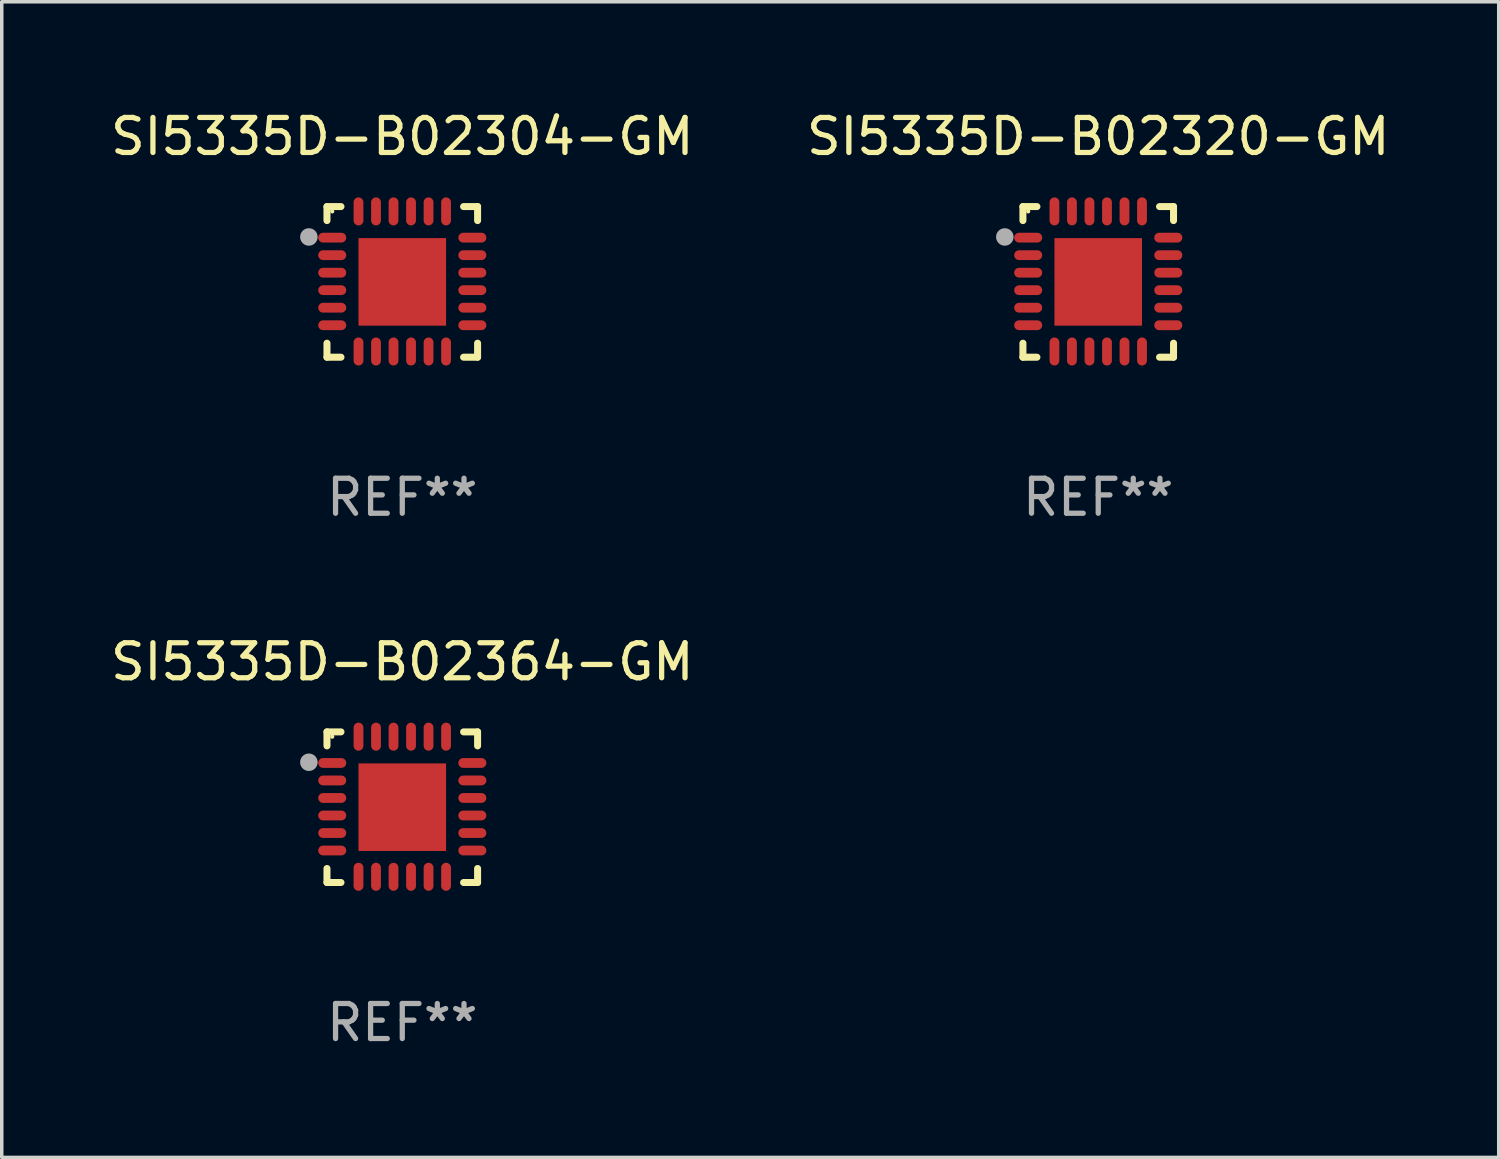
<source format=kicad_pcb>
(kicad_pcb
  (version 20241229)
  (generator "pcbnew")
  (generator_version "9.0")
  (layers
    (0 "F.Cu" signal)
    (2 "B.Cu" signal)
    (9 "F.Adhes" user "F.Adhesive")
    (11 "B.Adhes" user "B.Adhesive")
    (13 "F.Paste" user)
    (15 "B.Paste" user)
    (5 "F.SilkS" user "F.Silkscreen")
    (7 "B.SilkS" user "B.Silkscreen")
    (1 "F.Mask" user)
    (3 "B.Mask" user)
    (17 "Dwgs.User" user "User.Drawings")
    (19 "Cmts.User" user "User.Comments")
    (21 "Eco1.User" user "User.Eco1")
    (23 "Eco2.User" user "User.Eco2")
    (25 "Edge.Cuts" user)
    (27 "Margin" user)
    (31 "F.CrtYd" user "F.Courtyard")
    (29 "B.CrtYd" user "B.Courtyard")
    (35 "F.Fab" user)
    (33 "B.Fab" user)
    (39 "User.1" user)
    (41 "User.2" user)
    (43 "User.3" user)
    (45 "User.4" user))
  (footprint "SI5335D-B02320-GM"
    (layer "F.Cu")
    (at 28.304 4.998)
    (property "Reference" "SI5335D-B02320-GM" (at 0 -4.15 0) (layer "F.SilkS") (effects (font (size 1 1) (thickness 0.15))))
    (attr through_hole)
    (fp_line (start -2.15 -2.15) (end -1.75 -2.15) (stroke (width 0.2) (type solid)) (layer "F.SilkS"))
    (fp_line (start -2.15 -1.75) (end -2.15 -2.15) (stroke (width 0.2) (type solid)) (layer "F.SilkS"))
    (fp_line (start -2.15 2.15) (end -2.15 1.75) (stroke (width 0.2) (type solid)) (layer "F.SilkS"))
    (fp_line (start -1.75 2.15) (end -2.15 2.15) (stroke (width 0.2) (type solid)) (layer "F.SilkS"))
    (fp_line (start 1.75 -2.15) (end 2.15 -2.15) (stroke (width 0.2) (type solid)) (layer "F.SilkS"))
    (fp_line (start 1.75 2.15) (end 2.15 2.15) (stroke (width 0.2) (type solid)) (layer "F.SilkS"))
    (fp_line (start 2.15 -2.15) (end 2.15 -1.75) (stroke (width 0.2) (type solid)) (layer "F.SilkS"))
    (fp_line (start 2.15 2.15) (end 2.15 1.75) (stroke (width 0.2) (type solid)) (layer "F.SilkS"))
    (fp_circle (center -2 -2.013) (end -1.97 -2.013) (stroke (width 0.06) (type solid)) (fill no) (layer "F.SilkS"))
    (fp_circle (center -2.667 -1.283) (end -2.542 -1.283) (stroke (width 0.25) (type solid)) (fill no) (layer "F.Fab"))
    (fp_text user "REF**" (at 0 6.15 0) (layer "F.Fab") (effects (font (size 1 1) (thickness 0.15))))
    (pad "1" smd oval (at -2 -1.263) (size 0.8 0.28) (layers "F.Cu" "F.Mask" "F.Paste"))
    (pad "2" smd oval (at -2 -0.763) (size 0.8 0.28) (layers "F.Cu" "F.Mask" "F.Paste"))
    (pad "3" smd oval (at -2 -0.263) (size 0.8 0.28) (layers "F.Cu" "F.Mask" "F.Paste"))
    (pad "4" smd oval (at -2 0.237) (size 0.8 0.28) (layers "F.Cu" "F.Mask" "F.Paste"))
    (pad "5" smd oval (at -2 0.737) (size 0.8 0.28) (layers "F.Cu" "F.Mask" "F.Paste"))
    (pad "6" smd oval (at -2 1.237) (size 0.8 0.28) (layers "F.Cu" "F.Mask" "F.Paste"))
    (pad "7" smd oval (at -1.25 1.987) (size 0.28 0.8) (layers "F.Cu" "F.Mask" "F.Paste"))
    (pad "8" smd oval (at -0.75 1.987) (size 0.28 0.8) (layers "F.Cu" "F.Mask" "F.Paste"))
    (pad "9" smd oval (at -0.25 1.987) (size 0.28 0.8) (layers "F.Cu" "F.Mask" "F.Paste"))
    (pad "10" smd oval (at 0.25 1.987) (size 0.28 0.8) (layers "F.Cu" "F.Mask" "F.Paste"))
    (pad "11" smd oval (at 0.75 1.987) (size 0.28 0.8) (layers "F.Cu" "F.Mask" "F.Paste"))
    (pad "12" smd oval (at 1.25 1.987) (size 0.28 0.8) (layers "F.Cu" "F.Mask" "F.Paste"))
    (pad "13" smd oval (at 2 1.237) (size 0.8 0.28) (layers "F.Cu" "F.Mask" "F.Paste"))
    (pad "14" smd oval (at 2 0.737) (size 0.8 0.28) (layers "F.Cu" "F.Mask" "F.Paste"))
    (pad "15" smd oval (at 2 0.237) (size 0.8 0.28) (layers "F.Cu" "F.Mask" "F.Paste"))
    (pad "16" smd oval (at 2 -0.263) (size 0.8 0.28) (layers "F.Cu" "F.Mask" "F.Paste"))
    (pad "17" smd oval (at 2 -0.763) (size 0.8 0.28) (layers "F.Cu" "F.Mask" "F.Paste"))
    (pad "18" smd oval (at 2 -1.263) (size 0.8 0.28) (layers "F.Cu" "F.Mask" "F.Paste"))
    (pad "19" smd oval (at 1.25 -2.013) (size 0.28 0.8) (layers "F.Cu" "F.Mask" "F.Paste"))
    (pad "20" smd oval (at 0.75 -2.013) (size 0.28 0.8) (layers "F.Cu" "F.Mask" "F.Paste"))
    (pad "21" smd oval (at 0.25 -2.013) (size 0.28 0.8) (layers "F.Cu" "F.Mask" "F.Paste"))
    (pad "22" smd oval (at -0.25 -2.013) (size 0.28 0.8) (layers "F.Cu" "F.Mask" "F.Paste"))
    (pad "23" smd oval (at -0.75 -2.013) (size 0.28 0.8) (layers "F.Cu" "F.Mask" "F.Paste"))
    (pad "24" smd oval (at -1.25 -2.013) (size 0.28 0.8) (layers "F.Cu" "F.Mask" "F.Paste"))
    (pad "25" smd rect (at -0.000127 -0.00014) (size 2.5 2.5) (layers "F.Cu" "F.Mask" "F.Paste")))
  (footprint "SI5335D-B02304-GM"
    (layer "F.Cu")
    (at 8.435 4.998)
    (property "Reference" "SI5335D-B02304-GM" (at 0 -4.15 0) (layer "F.SilkS") (effects (font (size 1 1) (thickness 0.15))))
    (attr through_hole)
    (fp_line (start -2.15 -2.15) (end -1.75 -2.15) (stroke (width 0.2) (type solid)) (layer "F.SilkS"))
    (fp_line (start -2.15 -1.75) (end -2.15 -2.15) (stroke (width 0.2) (type solid)) (layer "F.SilkS"))
    (fp_line (start -2.15 2.15) (end -2.15 1.75) (stroke (width 0.2) (type solid)) (layer "F.SilkS"))
    (fp_line (start -1.75 2.15) (end -2.15 2.15) (stroke (width 0.2) (type solid)) (layer "F.SilkS"))
    (fp_line (start 1.75 -2.15) (end 2.15 -2.15) (stroke (width 0.2) (type solid)) (layer "F.SilkS"))
    (fp_line (start 1.75 2.15) (end 2.15 2.15) (stroke (width 0.2) (type solid)) (layer "F.SilkS"))
    (fp_line (start 2.15 -2.15) (end 2.15 -1.75) (stroke (width 0.2) (type solid)) (layer "F.SilkS"))
    (fp_line (start 2.15 2.15) (end 2.15 1.75) (stroke (width 0.2) (type solid)) (layer "F.SilkS"))
    (fp_circle (center -2 -2.013) (end -1.97 -2.013) (stroke (width 0.06) (type solid)) (fill no) (layer "F.SilkS"))
    (fp_circle (center -2.667 -1.283) (end -2.542 -1.283) (stroke (width 0.25) (type solid)) (fill no) (layer "F.Fab"))
    (fp_text user "REF**" (at 0 6.15 0) (layer "F.Fab") (effects (font (size 1 1) (thickness 0.15))))
    (pad "1" smd oval (at -2 -1.263) (size 0.8 0.28) (layers "F.Cu" "F.Mask" "F.Paste"))
    (pad "2" smd oval (at -2 -0.763) (size 0.8 0.28) (layers "F.Cu" "F.Mask" "F.Paste"))
    (pad "3" smd oval (at -2 -0.263) (size 0.8 0.28) (layers "F.Cu" "F.Mask" "F.Paste"))
    (pad "4" smd oval (at -2 0.237) (size 0.8 0.28) (layers "F.Cu" "F.Mask" "F.Paste"))
    (pad "5" smd oval (at -2 0.737) (size 0.8 0.28) (layers "F.Cu" "F.Mask" "F.Paste"))
    (pad "6" smd oval (at -2 1.237) (size 0.8 0.28) (layers "F.Cu" "F.Mask" "F.Paste"))
    (pad "7" smd oval (at -1.25 1.987) (size 0.28 0.8) (layers "F.Cu" "F.Mask" "F.Paste"))
    (pad "8" smd oval (at -0.75 1.987) (size 0.28 0.8) (layers "F.Cu" "F.Mask" "F.Paste"))
    (pad "9" smd oval (at -0.25 1.987) (size 0.28 0.8) (layers "F.Cu" "F.Mask" "F.Paste"))
    (pad "10" smd oval (at 0.25 1.987) (size 0.28 0.8) (layers "F.Cu" "F.Mask" "F.Paste"))
    (pad "11" smd oval (at 0.75 1.987) (size 0.28 0.8) (layers "F.Cu" "F.Mask" "F.Paste"))
    (pad "12" smd oval (at 1.25 1.987) (size 0.28 0.8) (layers "F.Cu" "F.Mask" "F.Paste"))
    (pad "13" smd oval (at 2 1.237) (size 0.8 0.28) (layers "F.Cu" "F.Mask" "F.Paste"))
    (pad "14" smd oval (at 2 0.737) (size 0.8 0.28) (layers "F.Cu" "F.Mask" "F.Paste"))
    (pad "15" smd oval (at 2 0.237) (size 0.8 0.28) (layers "F.Cu" "F.Mask" "F.Paste"))
    (pad "16" smd oval (at 2 -0.263) (size 0.8 0.28) (layers "F.Cu" "F.Mask" "F.Paste"))
    (pad "17" smd oval (at 2 -0.763) (size 0.8 0.28) (layers "F.Cu" "F.Mask" "F.Paste"))
    (pad "18" smd oval (at 2 -1.263) (size 0.8 0.28) (layers "F.Cu" "F.Mask" "F.Paste"))
    (pad "19" smd oval (at 1.25 -2.013) (size 0.28 0.8) (layers "F.Cu" "F.Mask" "F.Paste"))
    (pad "20" smd oval (at 0.75 -2.013) (size 0.28 0.8) (layers "F.Cu" "F.Mask" "F.Paste"))
    (pad "21" smd oval (at 0.25 -2.013) (size 0.28 0.8) (layers "F.Cu" "F.Mask" "F.Paste"))
    (pad "22" smd oval (at -0.25 -2.013) (size 0.28 0.8) (layers "F.Cu" "F.Mask" "F.Paste"))
    (pad "23" smd oval (at -0.75 -2.013) (size 0.28 0.8) (layers "F.Cu" "F.Mask" "F.Paste"))
    (pad "24" smd oval (at -1.25 -2.013) (size 0.28 0.8) (layers "F.Cu" "F.Mask" "F.Paste"))
    (pad "25" smd rect (at -0.000127 -0.00014) (size 2.5 2.5) (layers "F.Cu" "F.Mask" "F.Paste")))
  (footprint "SI5335D-B02364-GM"
    (layer "F.Cu")
    (at 8.435 19.995)
    (property "Reference" "SI5335D-B02364-GM" (at 0 -4.15 0) (layer "F.SilkS") (effects (font (size 1 1) (thickness 0.15))))
    (attr through_hole)
    (fp_line (start -2.15 -2.15) (end -1.75 -2.15) (stroke (width 0.2) (type solid)) (layer "F.SilkS"))
    (fp_line (start -2.15 -1.75) (end -2.15 -2.15) (stroke (width 0.2) (type solid)) (layer "F.SilkS"))
    (fp_line (start -2.15 2.15) (end -2.15 1.75) (stroke (width 0.2) (type solid)) (layer "F.SilkS"))
    (fp_line (start -1.75 2.15) (end -2.15 2.15) (stroke (width 0.2) (type solid)) (layer "F.SilkS"))
    (fp_line (start 1.75 -2.15) (end 2.15 -2.15) (stroke (width 0.2) (type solid)) (layer "F.SilkS"))
    (fp_line (start 1.75 2.15) (end 2.15 2.15) (stroke (width 0.2) (type solid)) (layer "F.SilkS"))
    (fp_line (start 2.15 -2.15) (end 2.15 -1.75) (stroke (width 0.2) (type solid)) (layer "F.SilkS"))
    (fp_line (start 2.15 2.15) (end 2.15 1.75) (stroke (width 0.2) (type solid)) (layer "F.SilkS"))
    (fp_circle (center -2 -2.013) (end -1.97 -2.013) (stroke (width 0.06) (type solid)) (fill no) (layer "F.SilkS"))
    (fp_circle (center -2.667 -1.283) (end -2.542 -1.283) (stroke (width 0.25) (type solid)) (fill no) (layer "F.Fab"))
    (fp_text user "REF**" (at 0 6.15 0) (layer "F.Fab") (effects (font (size 1 1) (thickness 0.15))))
    (pad "1" smd oval (at -2 -1.263) (size 0.8 0.28) (layers "F.Cu" "F.Mask" "F.Paste"))
    (pad "2" smd oval (at -2 -0.763) (size 0.8 0.28) (layers "F.Cu" "F.Mask" "F.Paste"))
    (pad "3" smd oval (at -2 -0.263) (size 0.8 0.28) (layers "F.Cu" "F.Mask" "F.Paste"))
    (pad "4" smd oval (at -2 0.237) (size 0.8 0.28) (layers "F.Cu" "F.Mask" "F.Paste"))
    (pad "5" smd oval (at -2 0.737) (size 0.8 0.28) (layers "F.Cu" "F.Mask" "F.Paste"))
    (pad "6" smd oval (at -2 1.237) (size 0.8 0.28) (layers "F.Cu" "F.Mask" "F.Paste"))
    (pad "7" smd oval (at -1.25 1.987) (size 0.28 0.8) (layers "F.Cu" "F.Mask" "F.Paste"))
    (pad "8" smd oval (at -0.75 1.987) (size 0.28 0.8) (layers "F.Cu" "F.Mask" "F.Paste"))
    (pad "9" smd oval (at -0.25 1.987) (size 0.28 0.8) (layers "F.Cu" "F.Mask" "F.Paste"))
    (pad "10" smd oval (at 0.25 1.987) (size 0.28 0.8) (layers "F.Cu" "F.Mask" "F.Paste"))
    (pad "11" smd oval (at 0.75 1.987) (size 0.28 0.8) (layers "F.Cu" "F.Mask" "F.Paste"))
    (pad "12" smd oval (at 1.25 1.987) (size 0.28 0.8) (layers "F.Cu" "F.Mask" "F.Paste"))
    (pad "13" smd oval (at 2 1.237) (size 0.8 0.28) (layers "F.Cu" "F.Mask" "F.Paste"))
    (pad "14" smd oval (at 2 0.737) (size 0.8 0.28) (layers "F.Cu" "F.Mask" "F.Paste"))
    (pad "15" smd oval (at 2 0.237) (size 0.8 0.28) (layers "F.Cu" "F.Mask" "F.Paste"))
    (pad "16" smd oval (at 2 -0.263) (size 0.8 0.28) (layers "F.Cu" "F.Mask" "F.Paste"))
    (pad "17" smd oval (at 2 -0.763) (size 0.8 0.28) (layers "F.Cu" "F.Mask" "F.Paste"))
    (pad "18" smd oval (at 2 -1.263) (size 0.8 0.28) (layers "F.Cu" "F.Mask" "F.Paste"))
    (pad "19" smd oval (at 1.25 -2.013) (size 0.28 0.8) (layers "F.Cu" "F.Mask" "F.Paste"))
    (pad "20" smd oval (at 0.75 -2.013) (size 0.28 0.8) (layers "F.Cu" "F.Mask" "F.Paste"))
    (pad "21" smd oval (at 0.25 -2.013) (size 0.28 0.8) (layers "F.Cu" "F.Mask" "F.Paste"))
    (pad "22" smd oval (at -0.25 -2.013) (size 0.28 0.8) (layers "F.Cu" "F.Mask" "F.Paste"))
    (pad "23" smd oval (at -0.75 -2.013) (size 0.28 0.8) (layers "F.Cu" "F.Mask" "F.Paste"))
    (pad "24" smd oval (at -1.25 -2.013) (size 0.28 0.8) (layers "F.Cu" "F.Mask" "F.Paste"))
    (pad "25" smd rect (at -0.000127 -0.00014) (size 2.5 2.5) (layers "F.Cu" "F.Mask" "F.Paste")))
  (gr_rect
    (start -3 -3)
    (end 39.738 29.993)
    (stroke (width 0.1) (type default))
    (fill no)
    (layer "Edge.Cuts")))
</source>
